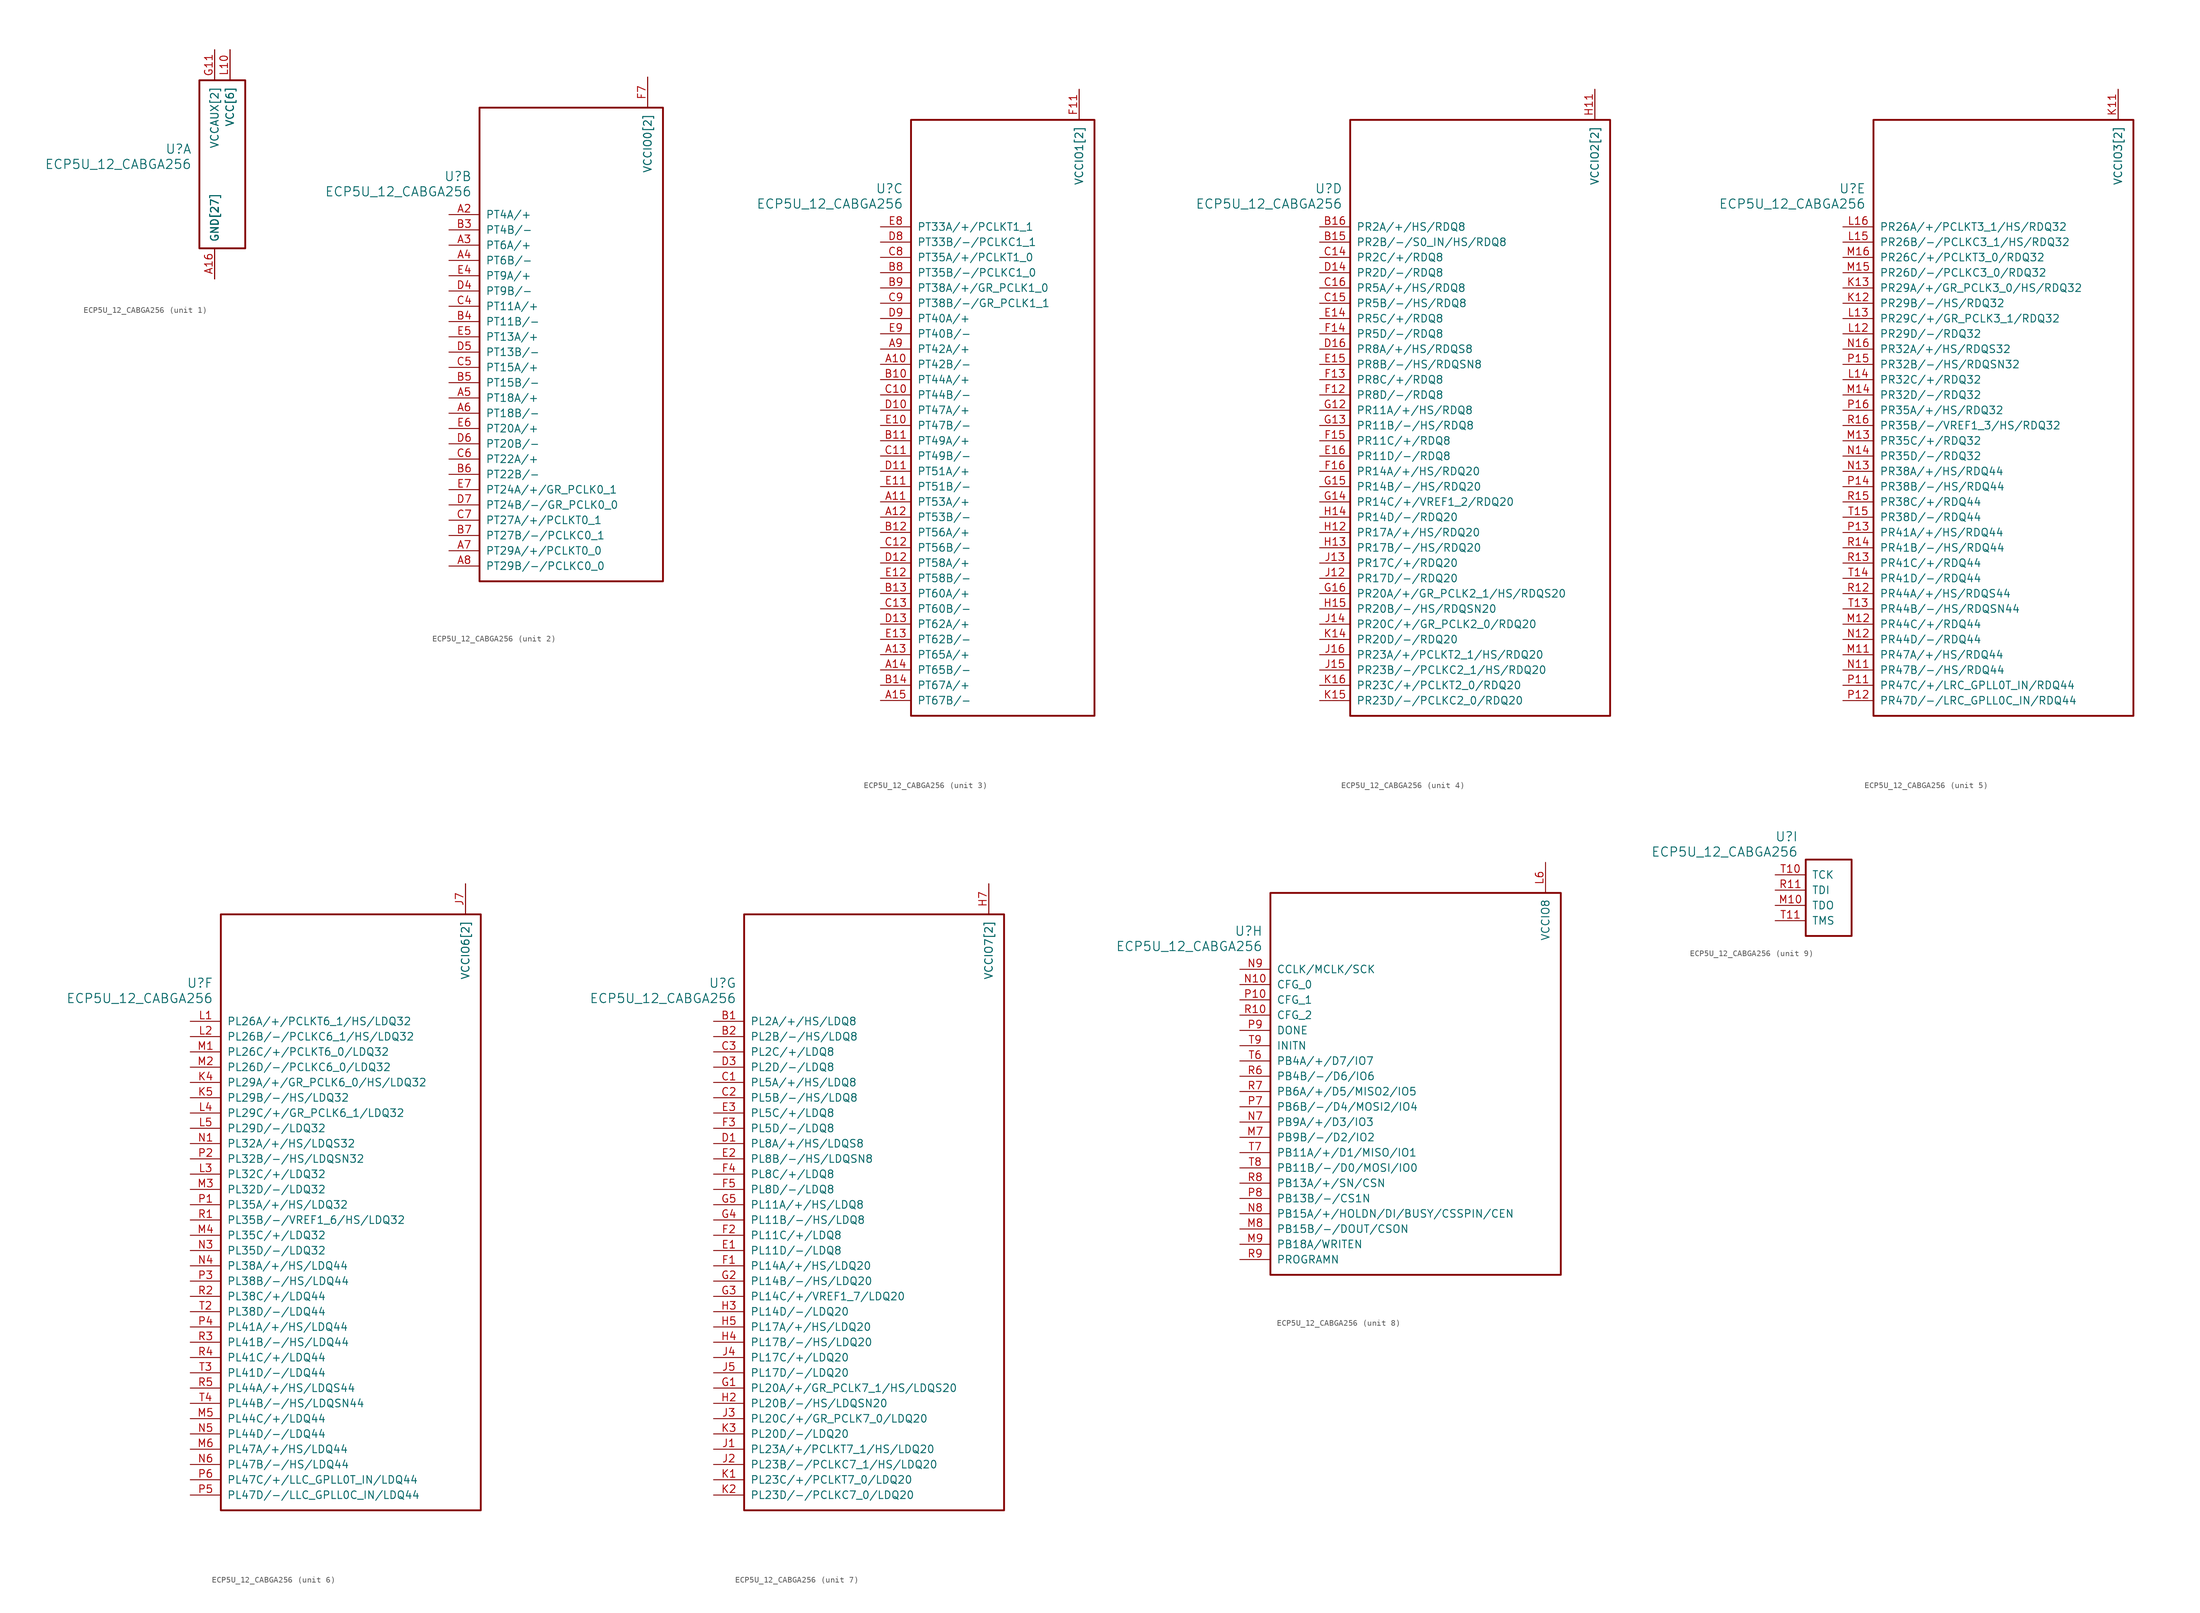
<source format=kicad_sym>
(kicad_symbol_lib
  (version 20241209)
  (generator "kicad_symbol_editor")
  (generator_version "9.0")
  (symbol "ECP5U_12_CABGA256"
    (pin_names
      (offset 1.016))
    (property "Reference" "U"
      (at 3.81 6.35 0)
      (effects (font (size 1.524 1.524)) (justify right)))
    (property "Value" "ECP5U_12_CABGA256"
      (at 3.81 3.81 0)
      (effects (font (size 1.524 1.524)) (justify right)))
    (property "ki_locked" ""
      (at 0 0 0)
      (effects (font (size 1.27 1.27))))
    (symbol "ECP5U_12_CABGA256_1_1"
      (rectangle (start 5.08 17.78) (end 12.7 -10.16) (stroke (width 0.305) (type solid)) (fill (type none)))
      (pin power_in line (at 7.62 22.86 270) (length 5.08) (name "VCCAUX[2]" (effects (font (size 1.27 1.27)))) (number "G11" (effects (font (size 1.27 1.27)))))
      (pin power_in line (at 7.62 22.86 270) (length 5.08) (name "VCCAUX[2]" (effects (font (size 1.27 1.27)))) (number "L7" (effects (font (size 0 0)))))
      (pin power_in line (at 7.62 -15.24 90) (length 5.08) (name "GND[27]" (effects (font (size 1.27 1.27)))) (number "A1" (effects (font (size 0 0)))))
      (pin power_in line (at 7.62 -15.24 90) (length 5.08) (name "GND[27]" (effects (font (size 1.27 1.27)))) (number "A16" (effects (font (size 1.27 1.27)))))
      (pin power_in line (at 7.62 -15.24 90) (length 5.08) (name "GND[27]" (effects (font (size 1.27 1.27)))) (number "D15" (effects (font (size 0 0)))))
      (pin power_in line (at 7.62 -15.24 90) (length 5.08) (name "GND[27]" (effects (font (size 1.27 1.27)))) (number "D2" (effects (font (size 0 0)))))
      (pin power_in line (at 7.62 -15.24 90) (length 5.08) (name "GND[27]" (effects (font (size 1.27 1.27)))) (number "F8" (effects (font (size 0 0)))))
      (pin power_in line (at 7.62 -15.24 90) (length 5.08) (name "GND[27]" (effects (font (size 1.27 1.27)))) (number "F9" (effects (font (size 0 0)))))
      (pin power_in line (at 7.62 -15.24 90) (length 5.08) (name "GND[27]" (effects (font (size 1.27 1.27)))) (number "G10" (effects (font (size 0 0)))))
      (pin power_in line (at 7.62 -15.24 90) (length 5.08) (name "GND[27]" (effects (font (size 1.27 1.27)))) (number "G8" (effects (font (size 0 0)))))
      (pin power_in line (at 7.62 -15.24 90) (length 5.08) (name "GND[27]" (effects (font (size 1.27 1.27)))) (number "H1" (effects (font (size 0 0)))))
      (pin power_in line (at 7.62 -15.24 90) (length 5.08) (name "GND[27]" (effects (font (size 1.27 1.27)))) (number "H10" (effects (font (size 0 0)))))
      (pin power_in line (at 7.62 -15.24 90) (length 5.08) (name "GND[27]" (effects (font (size 1.27 1.27)))) (number "H16" (effects (font (size 0 0)))))
      (pin power_in line (at 7.62 -15.24 90) (length 5.08) (name "GND[27]" (effects (font (size 1.27 1.27)))) (number "H8" (effects (font (size 0 0)))))
      (pin power_in line (at 7.62 -15.24 90) (length 5.08) (name "GND[27]" (effects (font (size 1.27 1.27)))) (number "H9" (effects (font (size 0 0)))))
      (pin power_in line (at 7.62 -15.24 90) (length 5.08) (name "GND[27]" (effects (font (size 1.27 1.27)))) (number "J10" (effects (font (size 0 0)))))
      (pin power_in line (at 7.62 -15.24 90) (length 5.08) (name "GND[27]" (effects (font (size 1.27 1.27)))) (number "J8" (effects (font (size 0 0)))))
      (pin power_in line (at 7.62 -15.24 90) (length 5.08) (name "GND[27]" (effects (font (size 1.27 1.27)))) (number "J9" (effects (font (size 0 0)))))
      (pin power_in line (at 7.62 -15.24 90) (length 5.08) (name "GND[27]" (effects (font (size 1.27 1.27)))) (number "K10" (effects (font (size 0 0)))))
      (pin power_in line (at 7.62 -15.24 90) (length 5.08) (name "GND[27]" (effects (font (size 1.27 1.27)))) (number "K6" (effects (font (size 0 0)))))
      (pin power_in line (at 7.62 -15.24 90) (length 5.08) (name "GND[27]" (effects (font (size 1.27 1.27)))) (number "K7" (effects (font (size 0 0)))))
      (pin power_in line (at 7.62 -15.24 90) (length 5.08) (name "GND[27]" (effects (font (size 1.27 1.27)))) (number "K8" (effects (font (size 0 0)))))
      (pin power_in line (at 7.62 -15.24 90) (length 5.08) (name "GND[27]" (effects (font (size 1.27 1.27)))) (number "K9" (effects (font (size 0 0)))))
      (pin power_in line (at 7.62 -15.24 90) (length 5.08) (name "GND[27]" (effects (font (size 1.27 1.27)))) (number "N15" (effects (font (size 0 0)))))
      (pin power_in line (at 7.62 -15.24 90) (length 5.08) (name "GND[27]" (effects (font (size 1.27 1.27)))) (number "N2" (effects (font (size 0 0)))))
      (pin power_in line (at 7.62 -15.24 90) (length 5.08) (name "GND[27]" (effects (font (size 1.27 1.27)))) (number "T1" (effects (font (size 0 0)))))
      (pin power_in line (at 7.62 -15.24 90) (length 5.08) (name "GND[27]" (effects (font (size 1.27 1.27)))) (number "T12" (effects (font (size 0 0)))))
      (pin power_in line (at 7.62 -15.24 90) (length 5.08) (name "GND[27]" (effects (font (size 1.27 1.27)))) (number "T16" (effects (font (size 0 0)))))
      (pin power_in line (at 7.62 -15.24 90) (length 5.08) (name "GND[27]" (effects (font (size 1.27 1.27)))) (number "T5" (effects (font (size 0 0)))))
      (pin power_in line (at 10.16 22.86 270) (length 5.08) (name "VCC[6]" (effects (font (size 1.27 1.27)))) (number "G6" (effects (font (size 0 0)))))
      (pin power_in line (at 10.16 22.86 270) (length 5.08) (name "VCC[6]" (effects (font (size 1.27 1.27)))) (number "G7" (effects (font (size 0 0)))))
      (pin power_in line (at 10.16 22.86 270) (length 5.08) (name "VCC[6]" (effects (font (size 1.27 1.27)))) (number "G9" (effects (font (size 0 0)))))
      (pin power_in line (at 10.16 22.86 270) (length 5.08) (name "VCC[6]" (effects (font (size 1.27 1.27)))) (number "L10" (effects (font (size 1.27 1.27)))))
      (pin power_in line (at 10.16 22.86 270) (length 5.08) (name "VCC[6]" (effects (font (size 1.27 1.27)))) (number "L8" (effects (font (size 0 0)))))
      (pin power_in line (at 10.16 22.86 270) (length 5.08) (name "VCC[6]" (effects (font (size 1.27 1.27)))) (number "L9" (effects (font (size 0 0))))))
    (symbol "ECP5U_12_CABGA256_2_1"
      (rectangle (start 5.08 17.78) (end 35.56 -60.96) (stroke (width 0.305) (type solid)) (fill (type none)))
      (pin bidirectional line (at 0 0 0) (length 5.08) (name "PT4A/+" (effects (font (size 1.27 1.27)))) (number "A2" (effects (font (size 1.27 1.27)))))
      (pin bidirectional line (at 0 -2.54 0) (length 5.08) (name "PT4B/-" (effects (font (size 1.27 1.27)))) (number "B3" (effects (font (size 1.27 1.27)))))
      (pin bidirectional line (at 0 -5.08 0) (length 5.08) (name "PT6A/+" (effects (font (size 1.27 1.27)))) (number "A3" (effects (font (size 1.27 1.27)))))
      (pin bidirectional line (at 0 -7.62 0) (length 5.08) (name "PT6B/-" (effects (font (size 1.27 1.27)))) (number "A4" (effects (font (size 1.27 1.27)))))
      (pin bidirectional line (at 0 -10.16 0) (length 5.08) (name "PT9A/+" (effects (font (size 1.27 1.27)))) (number "E4" (effects (font (size 1.27 1.27)))))
      (pin bidirectional line (at 0 -12.7 0) (length 5.08) (name "PT9B/-" (effects (font (size 1.27 1.27)))) (number "D4" (effects (font (size 1.27 1.27)))))
      (pin bidirectional line (at 0 -15.24 0) (length 5.08) (name "PT11A/+" (effects (font (size 1.27 1.27)))) (number "C4" (effects (font (size 1.27 1.27)))))
      (pin bidirectional line (at 0 -17.78 0) (length 5.08) (name "PT11B/-" (effects (font (size 1.27 1.27)))) (number "B4" (effects (font (size 1.27 1.27)))))
      (pin bidirectional line (at 0 -20.32 0) (length 5.08) (name "PT13A/+" (effects (font (size 1.27 1.27)))) (number "E5" (effects (font (size 1.27 1.27)))))
      (pin bidirectional line (at 0 -22.86 0) (length 5.08) (name "PT13B/-" (effects (font (size 1.27 1.27)))) (number "D5" (effects (font (size 1.27 1.27)))))
      (pin bidirectional line (at 0 -25.4 0) (length 5.08) (name "PT15A/+" (effects (font (size 1.27 1.27)))) (number "C5" (effects (font (size 1.27 1.27)))))
      (pin bidirectional line (at 0 -27.94 0) (length 5.08) (name "PT15B/-" (effects (font (size 1.27 1.27)))) (number "B5" (effects (font (size 1.27 1.27)))))
      (pin bidirectional line (at 0 -30.48 0) (length 5.08) (name "PT18A/+" (effects (font (size 1.27 1.27)))) (number "A5" (effects (font (size 1.27 1.27)))))
      (pin bidirectional line (at 0 -33.02 0) (length 5.08) (name "PT18B/-" (effects (font (size 1.27 1.27)))) (number "A6" (effects (font (size 1.27 1.27)))))
      (pin bidirectional line (at 0 -35.56 0) (length 5.08) (name "PT20A/+" (effects (font (size 1.27 1.27)))) (number "E6" (effects (font (size 1.27 1.27)))))
      (pin bidirectional line (at 0 -38.1 0) (length 5.08) (name "PT20B/-" (effects (font (size 1.27 1.27)))) (number "D6" (effects (font (size 1.27 1.27)))))
      (pin bidirectional line (at 0 -40.64 0) (length 5.08) (name "PT22A/+" (effects (font (size 1.27 1.27)))) (number "C6" (effects (font (size 1.27 1.27)))))
      (pin bidirectional line (at 0 -43.18 0) (length 5.08) (name "PT22B/-" (effects (font (size 1.27 1.27)))) (number "B6" (effects (font (size 1.27 1.27)))))
      (pin bidirectional line (at 0 -45.72 0) (length 5.08) (name "PT24A/+/GR_PCLK0_1" (effects (font (size 1.27 1.27)))) (number "E7" (effects (font (size 1.27 1.27)))))
      (pin bidirectional line (at 0 -48.26 0) (length 5.08) (name "PT24B/-/GR_PCLK0_0" (effects (font (size 1.27 1.27)))) (number "D7" (effects (font (size 1.27 1.27)))))
      (pin bidirectional line (at 0 -50.8 0) (length 5.08) (name "PT27A/+/PCLKT0_1" (effects (font (size 1.27 1.27)))) (number "C7" (effects (font (size 1.27 1.27)))))
      (pin bidirectional line (at 0 -53.34 0) (length 5.08) (name "PT27B/-/PCLKC0_1" (effects (font (size 1.27 1.27)))) (number "B7" (effects (font (size 1.27 1.27)))))
      (pin bidirectional line (at 0 -55.88 0) (length 5.08) (name "PT29A/+/PCLKT0_0" (effects (font (size 1.27 1.27)))) (number "A7" (effects (font (size 1.27 1.27)))))
      (pin bidirectional line (at 0 -58.42 0) (length 5.08) (name "PT29B/-/PCLKC0_0" (effects (font (size 1.27 1.27)))) (number "A8" (effects (font (size 1.27 1.27)))))
      (pin power_in line (at 33.02 22.86 270) (length 5.08) (name "VCCIO0[2]" (effects (font (size 1.27 1.27)))) (number "F6" (effects (font (size 0 0)))))
      (pin power_in line (at 33.02 22.86 270) (length 5.08) (name "VCCIO0[2]" (effects (font (size 1.27 1.27)))) (number "F7" (effects (font (size 1.27 1.27))))))
    (symbol "ECP5U_12_CABGA256_3_1"
      (rectangle (start 5.08 17.78) (end 35.56 -81.28) (stroke (width 0.305) (type solid)) (fill (type none)))
      (pin bidirectional line (at 0 0 0) (length 5.08) (name "PT33A/+/PCLKT1_1" (effects (font (size 1.27 1.27)))) (number "E8" (effects (font (size 1.27 1.27)))))
      (pin bidirectional line (at 0 -2.54 0) (length 5.08) (name "PT33B/-/PCLKC1_1" (effects (font (size 1.27 1.27)))) (number "D8" (effects (font (size 1.27 1.27)))))
      (pin bidirectional line (at 0 -5.08 0) (length 5.08) (name "PT35A/+/PCLKT1_0" (effects (font (size 1.27 1.27)))) (number "C8" (effects (font (size 1.27 1.27)))))
      (pin bidirectional line (at 0 -7.62 0) (length 5.08) (name "PT35B/-/PCLKC1_0" (effects (font (size 1.27 1.27)))) (number "B8" (effects (font (size 1.27 1.27)))))
      (pin bidirectional line (at 0 -10.16 0) (length 5.08) (name "PT38A/+/GR_PCLK1_0" (effects (font (size 1.27 1.27)))) (number "B9" (effects (font (size 1.27 1.27)))))
      (pin bidirectional line (at 0 -12.7 0) (length 5.08) (name "PT38B/-/GR_PCLK1_1" (effects (font (size 1.27 1.27)))) (number "C9" (effects (font (size 1.27 1.27)))))
      (pin bidirectional line (at 0 -15.24 0) (length 5.08) (name "PT40A/+" (effects (font (size 1.27 1.27)))) (number "D9" (effects (font (size 1.27 1.27)))))
      (pin bidirectional line (at 0 -17.78 0) (length 5.08) (name "PT40B/-" (effects (font (size 1.27 1.27)))) (number "E9" (effects (font (size 1.27 1.27)))))
      (pin bidirectional line (at 0 -20.32 0) (length 5.08) (name "PT42A/+" (effects (font (size 1.27 1.27)))) (number "A9" (effects (font (size 1.27 1.27)))))
      (pin bidirectional line (at 0 -22.86 0) (length 5.08) (name "PT42B/-" (effects (font (size 1.27 1.27)))) (number "A10" (effects (font (size 1.27 1.27)))))
      (pin bidirectional line (at 0 -25.4 0) (length 5.08) (name "PT44A/+" (effects (font (size 1.27 1.27)))) (number "B10" (effects (font (size 1.27 1.27)))))
      (pin bidirectional line (at 0 -27.94 0) (length 5.08) (name "PT44B/-" (effects (font (size 1.27 1.27)))) (number "C10" (effects (font (size 1.27 1.27)))))
      (pin bidirectional line (at 0 -30.48 0) (length 5.08) (name "PT47A/+" (effects (font (size 1.27 1.27)))) (number "D10" (effects (font (size 1.27 1.27)))))
      (pin bidirectional line (at 0 -33.02 0) (length 5.08) (name "PT47B/-" (effects (font (size 1.27 1.27)))) (number "E10" (effects (font (size 1.27 1.27)))))
      (pin bidirectional line (at 0 -35.56 0) (length 5.08) (name "PT49A/+" (effects (font (size 1.27 1.27)))) (number "B11" (effects (font (size 1.27 1.27)))))
      (pin bidirectional line (at 0 -38.1 0) (length 5.08) (name "PT49B/-" (effects (font (size 1.27 1.27)))) (number "C11" (effects (font (size 1.27 1.27)))))
      (pin bidirectional line (at 0 -40.64 0) (length 5.08) (name "PT51A/+" (effects (font (size 1.27 1.27)))) (number "D11" (effects (font (size 1.27 1.27)))))
      (pin bidirectional line (at 0 -43.18 0) (length 5.08) (name "PT51B/-" (effects (font (size 1.27 1.27)))) (number "E11" (effects (font (size 1.27 1.27)))))
      (pin bidirectional line (at 0 -45.72 0) (length 5.08) (name "PT53A/+" (effects (font (size 1.27 1.27)))) (number "A11" (effects (font (size 1.27 1.27)))))
      (pin bidirectional line (at 0 -48.26 0) (length 5.08) (name "PT53B/-" (effects (font (size 1.27 1.27)))) (number "A12" (effects (font (size 1.27 1.27)))))
      (pin bidirectional line (at 0 -50.8 0) (length 5.08) (name "PT56A/+" (effects (font (size 1.27 1.27)))) (number "B12" (effects (font (size 1.27 1.27)))))
      (pin bidirectional line (at 0 -53.34 0) (length 5.08) (name "PT56B/-" (effects (font (size 1.27 1.27)))) (number "C12" (effects (font (size 1.27 1.27)))))
      (pin bidirectional line (at 0 -55.88 0) (length 5.08) (name "PT58A/+" (effects (font (size 1.27 1.27)))) (number "D12" (effects (font (size 1.27 1.27)))))
      (pin bidirectional line (at 0 -58.42 0) (length 5.08) (name "PT58B/-" (effects (font (size 1.27 1.27)))) (number "E12" (effects (font (size 1.27 1.27)))))
      (pin bidirectional line (at 0 -60.96 0) (length 5.08) (name "PT60A/+" (effects (font (size 1.27 1.27)))) (number "B13" (effects (font (size 1.27 1.27)))))
      (pin bidirectional line (at 0 -63.5 0) (length 5.08) (name "PT60B/-" (effects (font (size 1.27 1.27)))) (number "C13" (effects (font (size 1.27 1.27)))))
      (pin bidirectional line (at 0 -66.04 0) (length 5.08) (name "PT62A/+" (effects (font (size 1.27 1.27)))) (number "D13" (effects (font (size 1.27 1.27)))))
      (pin bidirectional line (at 0 -68.58 0) (length 5.08) (name "PT62B/-" (effects (font (size 1.27 1.27)))) (number "E13" (effects (font (size 1.27 1.27)))))
      (pin bidirectional line (at 0 -71.12 0) (length 5.08) (name "PT65A/+" (effects (font (size 1.27 1.27)))) (number "A13" (effects (font (size 1.27 1.27)))))
      (pin bidirectional line (at 0 -73.66 0) (length 5.08) (name "PT65B/-" (effects (font (size 1.27 1.27)))) (number "A14" (effects (font (size 1.27 1.27)))))
      (pin bidirectional line (at 0 -76.2 0) (length 5.08) (name "PT67A/+" (effects (font (size 1.27 1.27)))) (number "B14" (effects (font (size 1.27 1.27)))))
      (pin bidirectional line (at 0 -78.74 0) (length 5.08) (name "PT67B/-" (effects (font (size 1.27 1.27)))) (number "A15" (effects (font (size 1.27 1.27)))))
      (pin power_in line (at 33.02 22.86 270) (length 5.08) (name "VCCIO1[2]" (effects (font (size 1.27 1.27)))) (number "F10" (effects (font (size 0 0)))))
      (pin power_in line (at 33.02 22.86 270) (length 5.08) (name "VCCIO1[2]" (effects (font (size 1.27 1.27)))) (number "F11" (effects (font (size 1.27 1.27))))))
    (symbol "ECP5U_12_CABGA256_4_1"
      (rectangle (start 5.08 17.78) (end 48.26 -81.28) (stroke (width 0.305) (type solid)) (fill (type none)))
      (pin bidirectional line (at 0 0 0) (length 5.08) (name "PR2A/+/HS/RDQ8" (effects (font (size 1.27 1.27)))) (number "B16" (effects (font (size 1.27 1.27)))))
      (pin bidirectional line (at 0 -2.54 0) (length 5.08) (name "PR2B/-/S0_IN/HS/RDQ8" (effects (font (size 1.27 1.27)))) (number "B15" (effects (font (size 1.27 1.27)))))
      (pin bidirectional line (at 0 -5.08 0) (length 5.08) (name "PR2C/+/RDQ8" (effects (font (size 1.27 1.27)))) (number "C14" (effects (font (size 1.27 1.27)))))
      (pin bidirectional line (at 0 -7.62 0) (length 5.08) (name "PR2D/-/RDQ8" (effects (font (size 1.27 1.27)))) (number "D14" (effects (font (size 1.27 1.27)))))
      (pin bidirectional line (at 0 -10.16 0) (length 5.08) (name "PR5A/+/HS/RDQ8" (effects (font (size 1.27 1.27)))) (number "C16" (effects (font (size 1.27 1.27)))))
      (pin bidirectional line (at 0 -12.7 0) (length 5.08) (name "PR5B/-/HS/RDQ8" (effects (font (size 1.27 1.27)))) (number "C15" (effects (font (size 1.27 1.27)))))
      (pin bidirectional line (at 0 -15.24 0) (length 5.08) (name "PR5C/+/RDQ8" (effects (font (size 1.27 1.27)))) (number "E14" (effects (font (size 1.27 1.27)))))
      (pin bidirectional line (at 0 -17.78 0) (length 5.08) (name "PR5D/-/RDQ8" (effects (font (size 1.27 1.27)))) (number "F14" (effects (font (size 1.27 1.27)))))
      (pin bidirectional line (at 0 -20.32 0) (length 5.08) (name "PR8A/+/HS/RDQS8" (effects (font (size 1.27 1.27)))) (number "D16" (effects (font (size 1.27 1.27)))))
      (pin bidirectional line (at 0 -22.86 0) (length 5.08) (name "PR8B/-/HS/RDQSN8" (effects (font (size 1.27 1.27)))) (number "E15" (effects (font (size 1.27 1.27)))))
      (pin bidirectional line (at 0 -25.4 0) (length 5.08) (name "PR8C/+/RDQ8" (effects (font (size 1.27 1.27)))) (number "F13" (effects (font (size 1.27 1.27)))))
      (pin bidirectional line (at 0 -27.94 0) (length 5.08) (name "PR8D/-/RDQ8" (effects (font (size 1.27 1.27)))) (number "F12" (effects (font (size 1.27 1.27)))))
      (pin bidirectional line (at 0 -30.48 0) (length 5.08) (name "PR11A/+/HS/RDQ8" (effects (font (size 1.27 1.27)))) (number "G12" (effects (font (size 1.27 1.27)))))
      (pin bidirectional line (at 0 -33.02 0) (length 5.08) (name "PR11B/-/HS/RDQ8" (effects (font (size 1.27 1.27)))) (number "G13" (effects (font (size 1.27 1.27)))))
      (pin bidirectional line (at 0 -35.56 0) (length 5.08) (name "PR11C/+/RDQ8" (effects (font (size 1.27 1.27)))) (number "F15" (effects (font (size 1.27 1.27)))))
      (pin bidirectional line (at 0 -38.1 0) (length 5.08) (name "PR11D/-/RDQ8" (effects (font (size 1.27 1.27)))) (number "E16" (effects (font (size 1.27 1.27)))))
      (pin bidirectional line (at 0 -40.64 0) (length 5.08) (name "PR14A/+/HS/RDQ20" (effects (font (size 1.27 1.27)))) (number "F16" (effects (font (size 1.27 1.27)))))
      (pin bidirectional line (at 0 -43.18 0) (length 5.08) (name "PR14B/-/HS/RDQ20" (effects (font (size 1.27 1.27)))) (number "G15" (effects (font (size 1.27 1.27)))))
      (pin bidirectional line (at 0 -45.72 0) (length 5.08) (name "PR14C/+/VREF1_2/RDQ20" (effects (font (size 1.27 1.27)))) (number "G14" (effects (font (size 1.27 1.27)))))
      (pin bidirectional line (at 0 -48.26 0) (length 5.08) (name "PR14D/-/RDQ20" (effects (font (size 1.27 1.27)))) (number "H14" (effects (font (size 1.27 1.27)))))
      (pin bidirectional line (at 0 -50.8 0) (length 5.08) (name "PR17A/+/HS/RDQ20" (effects (font (size 1.27 1.27)))) (number "H12" (effects (font (size 1.27 1.27)))))
      (pin bidirectional line (at 0 -53.34 0) (length 5.08) (name "PR17B/-/HS/RDQ20" (effects (font (size 1.27 1.27)))) (number "H13" (effects (font (size 1.27 1.27)))))
      (pin bidirectional line (at 0 -55.88 0) (length 5.08) (name "PR17C/+/RDQ20" (effects (font (size 1.27 1.27)))) (number "J13" (effects (font (size 1.27 1.27)))))
      (pin bidirectional line (at 0 -58.42 0) (length 5.08) (name "PR17D/-/RDQ20" (effects (font (size 1.27 1.27)))) (number "J12" (effects (font (size 1.27 1.27)))))
      (pin bidirectional line (at 0 -60.96 0) (length 5.08) (name "PR20A/+/GR_PCLK2_1/HS/RDQS20" (effects (font (size 1.27 1.27)))) (number "G16" (effects (font (size 1.27 1.27)))))
      (pin bidirectional line (at 0 -63.5 0) (length 5.08) (name "PR20B/-/HS/RDQSN20" (effects (font (size 1.27 1.27)))) (number "H15" (effects (font (size 1.27 1.27)))))
      (pin bidirectional line (at 0 -66.04 0) (length 5.08) (name "PR20C/+/GR_PCLK2_0/RDQ20" (effects (font (size 1.27 1.27)))) (number "J14" (effects (font (size 1.27 1.27)))))
      (pin bidirectional line (at 0 -68.58 0) (length 5.08) (name "PR20D/-/RDQ20" (effects (font (size 1.27 1.27)))) (number "K14" (effects (font (size 1.27 1.27)))))
      (pin bidirectional line (at 0 -71.12 0) (length 5.08) (name "PR23A/+/PCLKT2_1/HS/RDQ20" (effects (font (size 1.27 1.27)))) (number "J16" (effects (font (size 1.27 1.27)))))
      (pin bidirectional line (at 0 -73.66 0) (length 5.08) (name "PR23B/-/PCLKC2_1/HS/RDQ20" (effects (font (size 1.27 1.27)))) (number "J15" (effects (font (size 1.27 1.27)))))
      (pin bidirectional line (at 0 -76.2 0) (length 5.08) (name "PR23C/+/PCLKT2_0/RDQ20" (effects (font (size 1.27 1.27)))) (number "K16" (effects (font (size 1.27 1.27)))))
      (pin bidirectional line (at 0 -78.74 0) (length 5.08) (name "PR23D/-/PCLKC2_0/RDQ20" (effects (font (size 1.27 1.27)))) (number "K15" (effects (font (size 1.27 1.27)))))
      (pin power_in line (at 45.72 22.86 270) (length 5.08) (name "VCCIO2[2]" (effects (font (size 1.27 1.27)))) (number "H11" (effects (font (size 1.27 1.27)))))
      (pin power_in line (at 45.72 22.86 270) (length 5.08) (name "VCCIO2[2]" (effects (font (size 1.27 1.27)))) (number "J11" (effects (font (size 0 0))))))
    (symbol "ECP5U_12_CABGA256_5_1"
      (rectangle (start 5.08 17.78) (end 48.26 -81.28) (stroke (width 0.305) (type solid)) (fill (type none)))
      (pin bidirectional line (at 0 0 0) (length 5.08) (name "PR26A/+/PCLKT3_1/HS/RDQ32" (effects (font (size 1.27 1.27)))) (number "L16" (effects (font (size 1.27 1.27)))))
      (pin bidirectional line (at 0 -2.54 0) (length 5.08) (name "PR26B/-/PCLKC3_1/HS/RDQ32" (effects (font (size 1.27 1.27)))) (number "L15" (effects (font (size 1.27 1.27)))))
      (pin bidirectional line (at 0 -5.08 0) (length 5.08) (name "PR26C/+/PCLKT3_0/RDQ32" (effects (font (size 1.27 1.27)))) (number "M16" (effects (font (size 1.27 1.27)))))
      (pin bidirectional line (at 0 -7.62 0) (length 5.08) (name "PR26D/-/PCLKC3_0/RDQ32" (effects (font (size 1.27 1.27)))) (number "M15" (effects (font (size 1.27 1.27)))))
      (pin bidirectional line (at 0 -10.16 0) (length 5.08) (name "PR29A/+/GR_PCLK3_0/HS/RDQ32" (effects (font (size 1.27 1.27)))) (number "K13" (effects (font (size 1.27 1.27)))))
      (pin bidirectional line (at 0 -12.7 0) (length 5.08) (name "PR29B/-/HS/RDQ32" (effects (font (size 1.27 1.27)))) (number "K12" (effects (font (size 1.27 1.27)))))
      (pin bidirectional line (at 0 -15.24 0) (length 5.08) (name "PR29C/+/GR_PCLK3_1/RDQ32" (effects (font (size 1.27 1.27)))) (number "L13" (effects (font (size 1.27 1.27)))))
      (pin bidirectional line (at 0 -17.78 0) (length 5.08) (name "PR29D/-/RDQ32" (effects (font (size 1.27 1.27)))) (number "L12" (effects (font (size 1.27 1.27)))))
      (pin bidirectional line (at 0 -20.32 0) (length 5.08) (name "PR32A/+/HS/RDQS32" (effects (font (size 1.27 1.27)))) (number "N16" (effects (font (size 1.27 1.27)))))
      (pin bidirectional line (at 0 -22.86 0) (length 5.08) (name "PR32B/-/HS/RDQSN32" (effects (font (size 1.27 1.27)))) (number "P15" (effects (font (size 1.27 1.27)))))
      (pin bidirectional line (at 0 -25.4 0) (length 5.08) (name "PR32C/+/RDQ32" (effects (font (size 1.27 1.27)))) (number "L14" (effects (font (size 1.27 1.27)))))
      (pin bidirectional line (at 0 -27.94 0) (length 5.08) (name "PR32D/-/RDQ32" (effects (font (size 1.27 1.27)))) (number "M14" (effects (font (size 1.27 1.27)))))
      (pin bidirectional line (at 0 -30.48 0) (length 5.08) (name "PR35A/+/HS/RDQ32" (effects (font (size 1.27 1.27)))) (number "P16" (effects (font (size 1.27 1.27)))))
      (pin bidirectional line (at 0 -33.02 0) (length 5.08) (name "PR35B/-/VREF1_3/HS/RDQ32" (effects (font (size 1.27 1.27)))) (number "R16" (effects (font (size 1.27 1.27)))))
      (pin bidirectional line (at 0 -35.56 0) (length 5.08) (name "PR35C/+/RDQ32" (effects (font (size 1.27 1.27)))) (number "M13" (effects (font (size 1.27 1.27)))))
      (pin bidirectional line (at 0 -38.1 0) (length 5.08) (name "PR35D/-/RDQ32" (effects (font (size 1.27 1.27)))) (number "N14" (effects (font (size 1.27 1.27)))))
      (pin bidirectional line (at 0 -40.64 0) (length 5.08) (name "PR38A/+/HS/RDQ44" (effects (font (size 1.27 1.27)))) (number "N13" (effects (font (size 1.27 1.27)))))
      (pin bidirectional line (at 0 -43.18 0) (length 5.08) (name "PR38B/-/HS/RDQ44" (effects (font (size 1.27 1.27)))) (number "P14" (effects (font (size 1.27 1.27)))))
      (pin bidirectional line (at 0 -45.72 0) (length 5.08) (name "PR38C/+/RDQ44" (effects (font (size 1.27 1.27)))) (number "R15" (effects (font (size 1.27 1.27)))))
      (pin bidirectional line (at 0 -48.26 0) (length 5.08) (name "PR38D/-/RDQ44" (effects (font (size 1.27 1.27)))) (number "T15" (effects (font (size 1.27 1.27)))))
      (pin bidirectional line (at 0 -50.8 0) (length 5.08) (name "PR41A/+/HS/RDQ44" (effects (font (size 1.27 1.27)))) (number "P13" (effects (font (size 1.27 1.27)))))
      (pin bidirectional line (at 0 -53.34 0) (length 5.08) (name "PR41B/-/HS/RDQ44" (effects (font (size 1.27 1.27)))) (number "R14" (effects (font (size 1.27 1.27)))))
      (pin bidirectional line (at 0 -55.88 0) (length 5.08) (name "PR41C/+/RDQ44" (effects (font (size 1.27 1.27)))) (number "R13" (effects (font (size 1.27 1.27)))))
      (pin bidirectional line (at 0 -58.42 0) (length 5.08) (name "PR41D/-/RDQ44" (effects (font (size 1.27 1.27)))) (number "T14" (effects (font (size 1.27 1.27)))))
      (pin bidirectional line (at 0 -60.96 0) (length 5.08) (name "PR44A/+/HS/RDQS44" (effects (font (size 1.27 1.27)))) (number "R12" (effects (font (size 1.27 1.27)))))
      (pin bidirectional line (at 0 -63.5 0) (length 5.08) (name "PR44B/-/HS/RDQSN44" (effects (font (size 1.27 1.27)))) (number "T13" (effects (font (size 1.27 1.27)))))
      (pin bidirectional line (at 0 -66.04 0) (length 5.08) (name "PR44C/+/RDQ44" (effects (font (size 1.27 1.27)))) (number "M12" (effects (font (size 1.27 1.27)))))
      (pin bidirectional line (at 0 -68.58 0) (length 5.08) (name "PR44D/-/RDQ44" (effects (font (size 1.27 1.27)))) (number "N12" (effects (font (size 1.27 1.27)))))
      (pin bidirectional line (at 0 -71.12 0) (length 5.08) (name "PR47A/+/HS/RDQ44" (effects (font (size 1.27 1.27)))) (number "M11" (effects (font (size 1.27 1.27)))))
      (pin bidirectional line (at 0 -73.66 0) (length 5.08) (name "PR47B/-/HS/RDQ44" (effects (font (size 1.27 1.27)))) (number "N11" (effects (font (size 1.27 1.27)))))
      (pin bidirectional line (at 0 -76.2 0) (length 5.08) (name "PR47C/+/LRC_GPLL0T_IN/RDQ44" (effects (font (size 1.27 1.27)))) (number "P11" (effects (font (size 1.27 1.27)))))
      (pin bidirectional line (at 0 -78.74 0) (length 5.08) (name "PR47D/-/LRC_GPLL0C_IN/RDQ44" (effects (font (size 1.27 1.27)))) (number "P12" (effects (font (size 1.27 1.27)))))
      (pin power_in line (at 45.72 22.86 270) (length 5.08) (name "VCCIO3[2]" (effects (font (size 1.27 1.27)))) (number "K11" (effects (font (size 1.27 1.27)))))
      (pin power_in line (at 45.72 22.86 270) (length 5.08) (name "VCCIO3[2]" (effects (font (size 1.27 1.27)))) (number "L11" (effects (font (size 0 0))))))
    (symbol "ECP5U_12_CABGA256_6_1"
      (rectangle (start 5.08 17.78) (end 48.26 -81.28) (stroke (width 0.305) (type solid)) (fill (type none)))
      (pin bidirectional line (at 0 0 0) (length 5.08) (name "PL26A/+/PCLKT6_1/HS/LDQ32" (effects (font (size 1.27 1.27)))) (number "L1" (effects (font (size 1.27 1.27)))))
      (pin bidirectional line (at 0 -2.54 0) (length 5.08) (name "PL26B/-/PCLKC6_1/HS/LDQ32" (effects (font (size 1.27 1.27)))) (number "L2" (effects (font (size 1.27 1.27)))))
      (pin bidirectional line (at 0 -5.08 0) (length 5.08) (name "PL26C/+/PCLKT6_0/LDQ32" (effects (font (size 1.27 1.27)))) (number "M1" (effects (font (size 1.27 1.27)))))
      (pin bidirectional line (at 0 -7.62 0) (length 5.08) (name "PL26D/-/PCLKC6_0/LDQ32" (effects (font (size 1.27 1.27)))) (number "M2" (effects (font (size 1.27 1.27)))))
      (pin bidirectional line (at 0 -10.16 0) (length 5.08) (name "PL29A/+/GR_PCLK6_0/HS/LDQ32" (effects (font (size 1.27 1.27)))) (number "K4" (effects (font (size 1.27 1.27)))))
      (pin bidirectional line (at 0 -12.7 0) (length 5.08) (name "PL29B/-/HS/LDQ32" (effects (font (size 1.27 1.27)))) (number "K5" (effects (font (size 1.27 1.27)))))
      (pin bidirectional line (at 0 -15.24 0) (length 5.08) (name "PL29C/+/GR_PCLK6_1/LDQ32" (effects (font (size 1.27 1.27)))) (number "L4" (effects (font (size 1.27 1.27)))))
      (pin bidirectional line (at 0 -17.78 0) (length 5.08) (name "PL29D/-/LDQ32" (effects (font (size 1.27 1.27)))) (number "L5" (effects (font (size 1.27 1.27)))))
      (pin bidirectional line (at 0 -20.32 0) (length 5.08) (name "PL32A/+/HS/LDQS32" (effects (font (size 1.27 1.27)))) (number "N1" (effects (font (size 1.27 1.27)))))
      (pin bidirectional line (at 0 -22.86 0) (length 5.08) (name "PL32B/-/HS/LDQSN32" (effects (font (size 1.27 1.27)))) (number "P2" (effects (font (size 1.27 1.27)))))
      (pin bidirectional line (at 0 -25.4 0) (length 5.08) (name "PL32C/+/LDQ32" (effects (font (size 1.27 1.27)))) (number "L3" (effects (font (size 1.27 1.27)))))
      (pin bidirectional line (at 0 -27.94 0) (length 5.08) (name "PL32D/-/LDQ32" (effects (font (size 1.27 1.27)))) (number "M3" (effects (font (size 1.27 1.27)))))
      (pin bidirectional line (at 0 -30.48 0) (length 5.08) (name "PL35A/+/HS/LDQ32" (effects (font (size 1.27 1.27)))) (number "P1" (effects (font (size 1.27 1.27)))))
      (pin bidirectional line (at 0 -33.02 0) (length 5.08) (name "PL35B/-/VREF1_6/HS/LDQ32" (effects (font (size 1.27 1.27)))) (number "R1" (effects (font (size 1.27 1.27)))))
      (pin bidirectional line (at 0 -35.56 0) (length 5.08) (name "PL35C/+/LDQ32" (effects (font (size 1.27 1.27)))) (number "M4" (effects (font (size 1.27 1.27)))))
      (pin bidirectional line (at 0 -38.1 0) (length 5.08) (name "PL35D/-/LDQ32" (effects (font (size 1.27 1.27)))) (number "N3" (effects (font (size 1.27 1.27)))))
      (pin bidirectional line (at 0 -40.64 0) (length 5.08) (name "PL38A/+/HS/LDQ44" (effects (font (size 1.27 1.27)))) (number "N4" (effects (font (size 1.27 1.27)))))
      (pin bidirectional line (at 0 -43.18 0) (length 5.08) (name "PL38B/-/HS/LDQ44" (effects (font (size 1.27 1.27)))) (number "P3" (effects (font (size 1.27 1.27)))))
      (pin bidirectional line (at 0 -45.72 0) (length 5.08) (name "PL38C/+/LDQ44" (effects (font (size 1.27 1.27)))) (number "R2" (effects (font (size 1.27 1.27)))))
      (pin bidirectional line (at 0 -48.26 0) (length 5.08) (name "PL38D/-/LDQ44" (effects (font (size 1.27 1.27)))) (number "T2" (effects (font (size 1.27 1.27)))))
      (pin bidirectional line (at 0 -50.8 0) (length 5.08) (name "PL41A/+/HS/LDQ44" (effects (font (size 1.27 1.27)))) (number "P4" (effects (font (size 1.27 1.27)))))
      (pin bidirectional line (at 0 -53.34 0) (length 5.08) (name "PL41B/-/HS/LDQ44" (effects (font (size 1.27 1.27)))) (number "R3" (effects (font (size 1.27 1.27)))))
      (pin bidirectional line (at 0 -55.88 0) (length 5.08) (name "PL41C/+/LDQ44" (effects (font (size 1.27 1.27)))) (number "R4" (effects (font (size 1.27 1.27)))))
      (pin bidirectional line (at 0 -58.42 0) (length 5.08) (name "PL41D/-/LDQ44" (effects (font (size 1.27 1.27)))) (number "T3" (effects (font (size 1.27 1.27)))))
      (pin bidirectional line (at 0 -60.96 0) (length 5.08) (name "PL44A/+/HS/LDQS44" (effects (font (size 1.27 1.27)))) (number "R5" (effects (font (size 1.27 1.27)))))
      (pin bidirectional line (at 0 -63.5 0) (length 5.08) (name "PL44B/-/HS/LDQSN44" (effects (font (size 1.27 1.27)))) (number "T4" (effects (font (size 1.27 1.27)))))
      (pin bidirectional line (at 0 -66.04 0) (length 5.08) (name "PL44C/+/LDQ44" (effects (font (size 1.27 1.27)))) (number "M5" (effects (font (size 1.27 1.27)))))
      (pin bidirectional line (at 0 -68.58 0) (length 5.08) (name "PL44D/-/LDQ44" (effects (font (size 1.27 1.27)))) (number "N5" (effects (font (size 1.27 1.27)))))
      (pin bidirectional line (at 0 -71.12 0) (length 5.08) (name "PL47A/+/HS/LDQ44" (effects (font (size 1.27 1.27)))) (number "M6" (effects (font (size 1.27 1.27)))))
      (pin bidirectional line (at 0 -73.66 0) (length 5.08) (name "PL47B/-/HS/LDQ44" (effects (font (size 1.27 1.27)))) (number "N6" (effects (font (size 1.27 1.27)))))
      (pin bidirectional line (at 0 -76.2 0) (length 5.08) (name "PL47C/+/LLC_GPLL0T_IN/LDQ44" (effects (font (size 1.27 1.27)))) (number "P6" (effects (font (size 1.27 1.27)))))
      (pin bidirectional line (at 0 -78.74 0) (length 5.08) (name "PL47D/-/LLC_GPLL0C_IN/LDQ44" (effects (font (size 1.27 1.27)))) (number "P5" (effects (font (size 1.27 1.27)))))
      (pin power_in line (at 45.72 22.86 270) (length 5.08) (name "VCCIO6[2]" (effects (font (size 1.27 1.27)))) (number "J6" (effects (font (size 0 0)))))
      (pin power_in line (at 45.72 22.86 270) (length 5.08) (name "VCCIO6[2]" (effects (font (size 1.27 1.27)))) (number "J7" (effects (font (size 1.27 1.27))))))
    (symbol "ECP5U_12_CABGA256_7_1"
      (rectangle (start 5.08 17.78) (end 48.26 -81.28) (stroke (width 0.305) (type solid)) (fill (type none)))
      (pin bidirectional line (at 0 0 0) (length 5.08) (name "PL2A/+/HS/LDQ8" (effects (font (size 1.27 1.27)))) (number "B1" (effects (font (size 1.27 1.27)))))
      (pin bidirectional line (at 0 -2.54 0) (length 5.08) (name "PL2B/-/HS/LDQ8" (effects (font (size 1.27 1.27)))) (number "B2" (effects (font (size 1.27 1.27)))))
      (pin bidirectional line (at 0 -5.08 0) (length 5.08) (name "PL2C/+/LDQ8" (effects (font (size 1.27 1.27)))) (number "C3" (effects (font (size 1.27 1.27)))))
      (pin bidirectional line (at 0 -7.62 0) (length 5.08) (name "PL2D/-/LDQ8" (effects (font (size 1.27 1.27)))) (number "D3" (effects (font (size 1.27 1.27)))))
      (pin bidirectional line (at 0 -10.16 0) (length 5.08) (name "PL5A/+/HS/LDQ8" (effects (font (size 1.27 1.27)))) (number "C1" (effects (font (size 1.27 1.27)))))
      (pin bidirectional line (at 0 -12.7 0) (length 5.08) (name "PL5B/-/HS/LDQ8" (effects (font (size 1.27 1.27)))) (number "C2" (effects (font (size 1.27 1.27)))))
      (pin bidirectional line (at 0 -15.24 0) (length 5.08) (name "PL5C/+/LDQ8" (effects (font (size 1.27 1.27)))) (number "E3" (effects (font (size 1.27 1.27)))))
      (pin bidirectional line (at 0 -17.78 0) (length 5.08) (name "PL5D/-/LDQ8" (effects (font (size 1.27 1.27)))) (number "F3" (effects (font (size 1.27 1.27)))))
      (pin bidirectional line (at 0 -20.32 0) (length 5.08) (name "PL8A/+/HS/LDQS8" (effects (font (size 1.27 1.27)))) (number "D1" (effects (font (size 1.27 1.27)))))
      (pin bidirectional line (at 0 -22.86 0) (length 5.08) (name "PL8B/-/HS/LDQSN8" (effects (font (size 1.27 1.27)))) (number "E2" (effects (font (size 1.27 1.27)))))
      (pin bidirectional line (at 0 -25.4 0) (length 5.08) (name "PL8C/+/LDQ8" (effects (font (size 1.27 1.27)))) (number "F4" (effects (font (size 1.27 1.27)))))
      (pin bidirectional line (at 0 -27.94 0) (length 5.08) (name "PL8D/-/LDQ8" (effects (font (size 1.27 1.27)))) (number "F5" (effects (font (size 1.27 1.27)))))
      (pin bidirectional line (at 0 -30.48 0) (length 5.08) (name "PL11A/+/HS/LDQ8" (effects (font (size 1.27 1.27)))) (number "G5" (effects (font (size 1.27 1.27)))))
      (pin bidirectional line (at 0 -33.02 0) (length 5.08) (name "PL11B/-/HS/LDQ8" (effects (font (size 1.27 1.27)))) (number "G4" (effects (font (size 1.27 1.27)))))
      (pin bidirectional line (at 0 -35.56 0) (length 5.08) (name "PL11C/+/LDQ8" (effects (font (size 1.27 1.27)))) (number "F2" (effects (font (size 1.27 1.27)))))
      (pin bidirectional line (at 0 -38.1 0) (length 5.08) (name "PL11D/-/LDQ8" (effects (font (size 1.27 1.27)))) (number "E1" (effects (font (size 1.27 1.27)))))
      (pin bidirectional line (at 0 -40.64 0) (length 5.08) (name "PL14A/+/HS/LDQ20" (effects (font (size 1.27 1.27)))) (number "F1" (effects (font (size 1.27 1.27)))))
      (pin bidirectional line (at 0 -43.18 0) (length 5.08) (name "PL14B/-/HS/LDQ20" (effects (font (size 1.27 1.27)))) (number "G2" (effects (font (size 1.27 1.27)))))
      (pin bidirectional line (at 0 -45.72 0) (length 5.08) (name "PL14C/+/VREF1_7/LDQ20" (effects (font (size 1.27 1.27)))) (number "G3" (effects (font (size 1.27 1.27)))))
      (pin bidirectional line (at 0 -48.26 0) (length 5.08) (name "PL14D/-/LDQ20" (effects (font (size 1.27 1.27)))) (number "H3" (effects (font (size 1.27 1.27)))))
      (pin bidirectional line (at 0 -50.8 0) (length 5.08) (name "PL17A/+/HS/LDQ20" (effects (font (size 1.27 1.27)))) (number "H5" (effects (font (size 1.27 1.27)))))
      (pin bidirectional line (at 0 -53.34 0) (length 5.08) (name "PL17B/-/HS/LDQ20" (effects (font (size 1.27 1.27)))) (number "H4" (effects (font (size 1.27 1.27)))))
      (pin bidirectional line (at 0 -55.88 0) (length 5.08) (name "PL17C/+/LDQ20" (effects (font (size 1.27 1.27)))) (number "J4" (effects (font (size 1.27 1.27)))))
      (pin bidirectional line (at 0 -58.42 0) (length 5.08) (name "PL17D/-/LDQ20" (effects (font (size 1.27 1.27)))) (number "J5" (effects (font (size 1.27 1.27)))))
      (pin bidirectional line (at 0 -60.96 0) (length 5.08) (name "PL20A/+/GR_PCLK7_1/HS/LDQS20" (effects (font (size 1.27 1.27)))) (number "G1" (effects (font (size 1.27 1.27)))))
      (pin bidirectional line (at 0 -63.5 0) (length 5.08) (name "PL20B/-/HS/LDQSN20" (effects (font (size 1.27 1.27)))) (number "H2" (effects (font (size 1.27 1.27)))))
      (pin bidirectional line (at 0 -66.04 0) (length 5.08) (name "PL20C/+/GR_PCLK7_0/LDQ20" (effects (font (size 1.27 1.27)))) (number "J3" (effects (font (size 1.27 1.27)))))
      (pin bidirectional line (at 0 -68.58 0) (length 5.08) (name "PL20D/-/LDQ20" (effects (font (size 1.27 1.27)))) (number "K3" (effects (font (size 1.27 1.27)))))
      (pin bidirectional line (at 0 -71.12 0) (length 5.08) (name "PL23A/+/PCLKT7_1/HS/LDQ20" (effects (font (size 1.27 1.27)))) (number "J1" (effects (font (size 1.27 1.27)))))
      (pin bidirectional line (at 0 -73.66 0) (length 5.08) (name "PL23B/-/PCLKC7_1/HS/LDQ20" (effects (font (size 1.27 1.27)))) (number "J2" (effects (font (size 1.27 1.27)))))
      (pin bidirectional line (at 0 -76.2 0) (length 5.08) (name "PL23C/+/PCLKT7_0/LDQ20" (effects (font (size 1.27 1.27)))) (number "K1" (effects (font (size 1.27 1.27)))))
      (pin bidirectional line (at 0 -78.74 0) (length 5.08) (name "PL23D/-/PCLKC7_0/LDQ20" (effects (font (size 1.27 1.27)))) (number "K2" (effects (font (size 1.27 1.27)))))
      (pin power_in line (at 45.72 22.86 270) (length 5.08) (name "VCCIO7[2]" (effects (font (size 1.27 1.27)))) (number "H6" (effects (font (size 0 0)))))
      (pin power_in line (at 45.72 22.86 270) (length 5.08) (name "VCCIO7[2]" (effects (font (size 1.27 1.27)))) (number "H7" (effects (font (size 1.27 1.27))))))
    (symbol "ECP5U_12_CABGA256_8_1"
      (rectangle (start 5.08 12.7) (end 53.34 -50.8) (stroke (width 0.305) (type solid)) (fill (type none)))
      (pin bidirectional line (at 0 0 0) (length 5.08) (name "CCLK/MCLK/SCK" (effects (font (size 1.27 1.27)))) (number "N9" (effects (font (size 1.27 1.27)))))
      (pin bidirectional line (at 0 -2.54 0) (length 5.08) (name "CFG_0" (effects (font (size 1.27 1.27)))) (number "N10" (effects (font (size 1.27 1.27)))))
      (pin bidirectional line (at 0 -5.08 0) (length 5.08) (name "CFG_1" (effects (font (size 1.27 1.27)))) (number "P10" (effects (font (size 1.27 1.27)))))
      (pin bidirectional line (at 0 -7.62 0) (length 5.08) (name "CFG_2" (effects (font (size 1.27 1.27)))) (number "R10" (effects (font (size 1.27 1.27)))))
      (pin bidirectional line (at 0 -10.16 0) (length 5.08) (name "DONE" (effects (font (size 1.27 1.27)))) (number "P9" (effects (font (size 1.27 1.27)))))
      (pin bidirectional line (at 0 -12.7 0) (length 5.08) (name "INITN" (effects (font (size 1.27 1.27)))) (number "T9" (effects (font (size 1.27 1.27)))))
      (pin bidirectional line (at 0 -15.24 0) (length 5.08) (name "PB4A/+/D7/IO7" (effects (font (size 1.27 1.27)))) (number "T6" (effects (font (size 1.27 1.27)))))
      (pin bidirectional line (at 0 -17.78 0) (length 5.08) (name "PB4B/-/D6/IO6" (effects (font (size 1.27 1.27)))) (number "R6" (effects (font (size 1.27 1.27)))))
      (pin bidirectional line (at 0 -20.32 0) (length 5.08) (name "PB6A/+/D5/MISO2/IO5" (effects (font (size 1.27 1.27)))) (number "R7" (effects (font (size 1.27 1.27)))))
      (pin bidirectional line (at 0 -22.86 0) (length 5.08) (name "PB6B/-/D4/MOSI2/IO4" (effects (font (size 1.27 1.27)))) (number "P7" (effects (font (size 1.27 1.27)))))
      (pin bidirectional line (at 0 -25.4 0) (length 5.08) (name "PB9A/+/D3/IO3" (effects (font (size 1.27 1.27)))) (number "N7" (effects (font (size 1.27 1.27)))))
      (pin bidirectional line (at 0 -27.94 0) (length 5.08) (name "PB9B/-/D2/IO2" (effects (font (size 1.27 1.27)))) (number "M7" (effects (font (size 1.27 1.27)))))
      (pin bidirectional line (at 0 -30.48 0) (length 5.08) (name "PB11A/+/D1/MISO/IO1" (effects (font (size 1.27 1.27)))) (number "T7" (effects (font (size 1.27 1.27)))))
      (pin bidirectional line (at 0 -33.02 0) (length 5.08) (name "PB11B/-/D0/MOSI/IO0" (effects (font (size 1.27 1.27)))) (number "T8" (effects (font (size 1.27 1.27)))))
      (pin bidirectional line (at 0 -35.56 0) (length 5.08) (name "PB13A/+/SN/CSN" (effects (font (size 1.27 1.27)))) (number "R8" (effects (font (size 1.27 1.27)))))
      (pin bidirectional line (at 0 -38.1 0) (length 5.08) (name "PB13B/-/CS1N" (effects (font (size 1.27 1.27)))) (number "P8" (effects (font (size 1.27 1.27)))))
      (pin bidirectional line (at 0 -40.64 0) (length 5.08) (name "PB15A/+/HOLDN/DI/BUSY/CSSPIN/CEN" (effects (font (size 1.27 1.27)))) (number "N8" (effects (font (size 1.27 1.27)))))
      (pin bidirectional line (at 0 -43.18 0) (length 5.08) (name "PB15B/-/DOUT/CSON" (effects (font (size 1.27 1.27)))) (number "M8" (effects (font (size 1.27 1.27)))))
      (pin bidirectional line (at 0 -45.72 0) (length 5.08) (name "PB18A/WRITEN" (effects (font (size 1.27 1.27)))) (number "M9" (effects (font (size 1.27 1.27)))))
      (pin bidirectional line (at 0 -48.26 0) (length 5.08) (name "PROGRAMN" (effects (font (size 1.27 1.27)))) (number "R9" (effects (font (size 1.27 1.27)))))
      (pin power_in line (at 50.8 17.78 270) (length 5.08) (name "VCCIO8" (effects (font (size 1.27 1.27)))) (number "L6" (effects (font (size 1.27 1.27))))))
    (symbol "ECP5U_12_CABGA256_9_1"
      (rectangle (start 5.08 2.54) (end 12.7 -10.16) (stroke (width 0.305) (type solid)) (fill (type none)))
      (pin bidirectional line (at 0 0 0) (length 5.08) (name "TCK" (effects (font (size 1.27 1.27)))) (number "T10" (effects (font (size 1.27 1.27)))))
      (pin bidirectional line (at 0 -2.54 0) (length 5.08) (name "TDI" (effects (font (size 1.27 1.27)))) (number "R11" (effects (font (size 1.27 1.27)))))
      (pin bidirectional line (at 0 -5.08 0) (length 5.08) (name "TDO" (effects (font (size 1.27 1.27)))) (number "M10" (effects (font (size 1.27 1.27)))))
      (pin bidirectional line (at 0 -7.62 0) (length 5.08) (name "TMS" (effects (font (size 1.27 1.27)))) (number "T11" (effects (font (size 1.27 1.27))))))))
</source>
